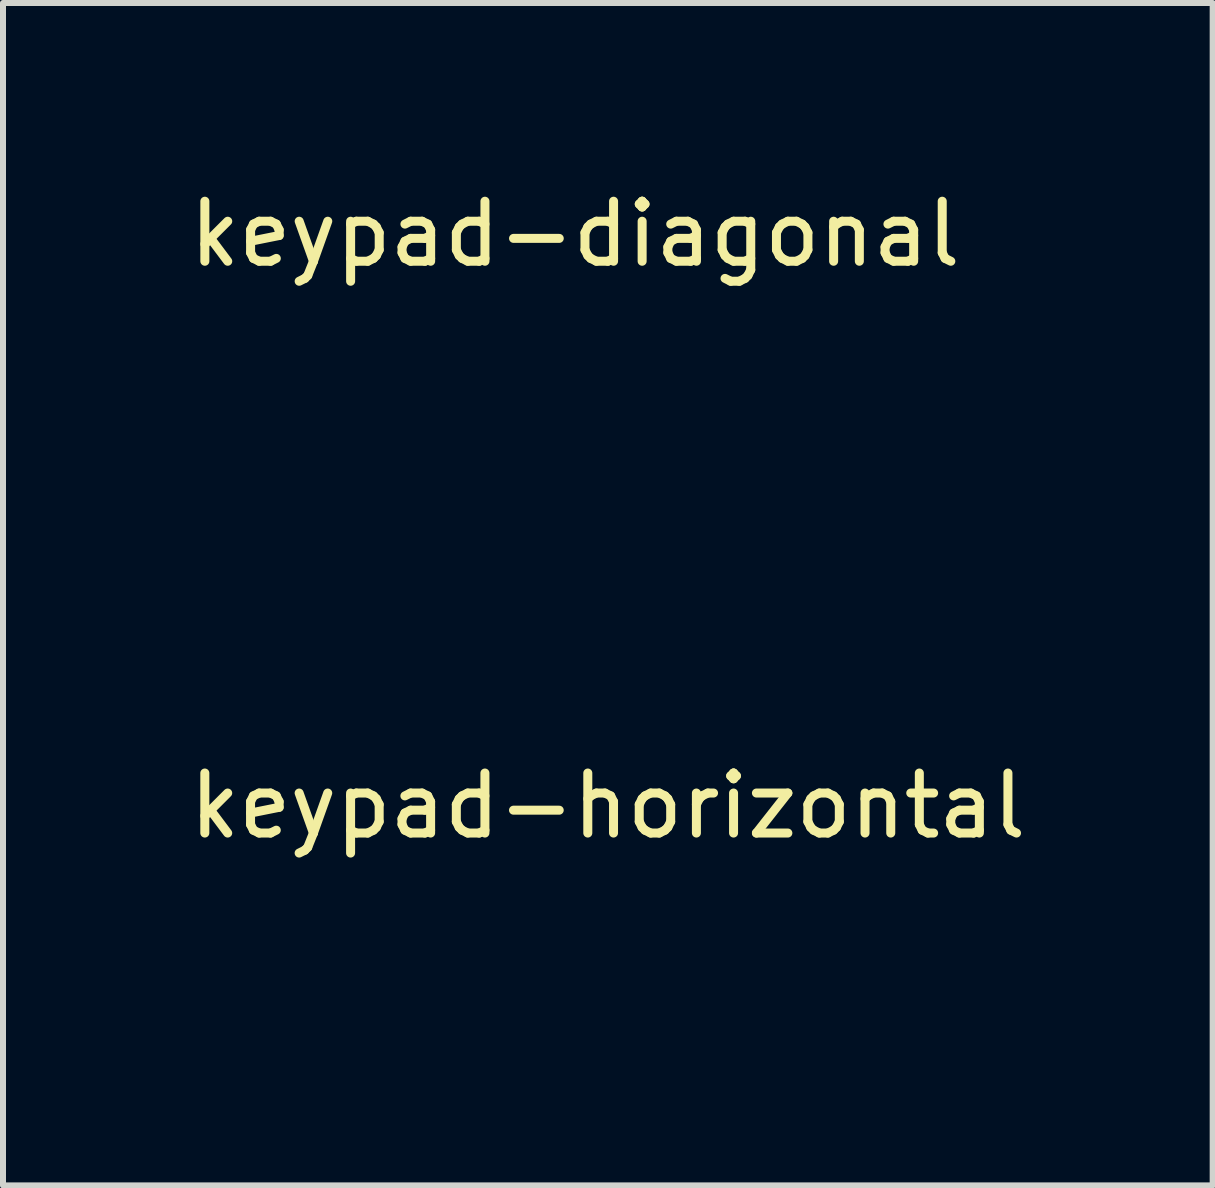
<source format=kicad_pcb>
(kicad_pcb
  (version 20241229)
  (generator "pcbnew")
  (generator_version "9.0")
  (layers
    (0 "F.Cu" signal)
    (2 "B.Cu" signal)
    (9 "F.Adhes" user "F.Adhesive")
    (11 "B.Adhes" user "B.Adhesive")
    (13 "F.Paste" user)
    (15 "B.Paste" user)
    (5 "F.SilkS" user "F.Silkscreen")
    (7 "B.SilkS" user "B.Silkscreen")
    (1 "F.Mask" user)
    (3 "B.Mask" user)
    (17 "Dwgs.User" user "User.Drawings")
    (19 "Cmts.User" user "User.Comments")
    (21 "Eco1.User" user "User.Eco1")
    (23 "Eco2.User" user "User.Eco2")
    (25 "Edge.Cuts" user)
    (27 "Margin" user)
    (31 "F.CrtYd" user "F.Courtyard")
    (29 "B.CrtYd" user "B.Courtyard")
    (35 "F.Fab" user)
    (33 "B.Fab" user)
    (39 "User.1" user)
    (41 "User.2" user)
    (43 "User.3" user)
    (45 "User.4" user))
  (footprint "keypad-diagonal"
    (layer "F.Cu")
    (at 6.53 0.348)
    (property "Reference" "keypad-diagonal" (at 0 0.5 0) (layer "F.SilkS") (effects (font (size 1 1) (thickness 0.15))))
    (attr through_hole)
    (fp_line (start -2.107 2.136) (end -2.176 2.233) (stroke (width 0.000357) (type solid)) (layer "Cmts.User"))
    (fp_line (start -2.036 2.522) (end -1.882 2.686) (stroke (width 0.000357) (type solid)) (layer "Cmts.User"))
    (fp_line (start -2.014 2.023) (end -2.107 2.136) (stroke (width 0.000357) (type solid)) (layer "Cmts.User"))
    (fp_line (start -1.936 3.681) (end -1.151 4.464) (stroke (width 0.000357) (type solid)) (layer "Cmts.User"))
    (fp_line (start -1.909 3.184) (end -1.936 3.681) (stroke (width 0.000357) (type solid)) (layer "Cmts.User"))
    (fp_line (start -1.905 1.905) (end -2.014 2.023) (stroke (width 0.000357) (type solid)) (layer "Cmts.User"))
    (fp_line (start -1.882 2.686) (end -1.909 3.184) (stroke (width 0.000357) (type solid)) (layer "Cmts.User"))
    (fp_line (start -1.792 1.792) (end -1.905 1.905) (stroke (width 0.000357) (type solid)) (layer "Cmts.User"))
    (fp_line (start -1.69 1.697) (end -1.792 1.792) (stroke (width 0.000357) (type solid)) (layer "Cmts.User"))
    (fp_line (start -1.602 1.621) (end -1.69 1.697) (stroke (width 0.000357) (type solid)) (layer "Cmts.User"))
    (fp_line (start -1.4 1.746) (end -1.44 1.705) (stroke (width 0.000357) (type solid)) (layer "Cmts.User"))
    (fp_line (start -1.355 1.79) (end -1.4 1.746) (stroke (width 0.000357) (type solid)) (layer "Cmts.User"))
    (fp_line (start -1.311 1.831) (end -1.355 1.79) (stroke (width 0.000357) (type solid)) (layer "Cmts.User"))
    (fp_line (start -1.276 1.862) (end -1.311 1.831) (stroke (width 0.000357) (type solid)) (layer "Cmts.User"))
    (fp_line (start -1.151 4.464) (end -0.847 4.764) (stroke (width 0.000357) (type solid)) (layer "Cmts.User"))
    (fp_line (start -0.889 1.953) (end -1.162 1.915) (stroke (width 0.000357) (type solid)) (layer "Cmts.User"))
    (fp_line (start -0.847 4.764) (end -0.585 5.017) (stroke (width 0.000357) (type solid)) (layer "Cmts.User"))
    (fp_line (start -0.615 1.973) (end -0.889 1.953) (stroke (width 0.000357) (type solid)) (layer "Cmts.User"))
    (fp_line (start -0.585 5.017) (end -0.353 5.237) (stroke (width 0.000357) (type solid)) (layer "Cmts.User"))
    (fp_line (start -0.279 5.306) (end -0.205 5.39) (stroke (width 0.000357) (type solid)) (layer "Cmts.User"))
    (fp_line (start -0.205 5.39) (end -0.115 5.488) (stroke (width 0.000357) (type solid)) (layer "Cmts.User"))
    (fp_line (start -0.115 5.488) (end -0.008 5.597) (stroke (width 0.000357) (type solid)) (layer "Cmts.User"))
    (fp_line (start -0.008 5.597) (end 0.271 5.874) (stroke (width 0.000357) (type solid)) (layer "Cmts.User"))
    (fp_line (start 0.065 2.17) (end -0.128 2.005) (stroke (width 0.000357) (type solid)) (layer "Cmts.User"))
    (fp_line (start 0.271 5.874) (end 0.747 5.851) (stroke (width 0.000357) (type solid)) (layer "Cmts.User"))
    (fp_line (start 0.498 2.578) (end 0.065 2.17) (stroke (width 0.000357) (type solid)) (layer "Cmts.User"))
    (fp_line (start 0.747 5.851) (end 1.224 5.827) (stroke (width 0.000357) (type solid)) (layer "Cmts.User"))
    (fp_line (start 0.878 2.955) (end 0.498 2.578) (stroke (width 0.000357) (type solid)) (layer "Cmts.User"))
    (fp_line (start 1.208 3.296) (end 0.878 2.955) (stroke (width 0.000357) (type solid)) (layer "Cmts.User"))
    (fp_line (start 1.224 5.827) (end 1.399 6.003) (stroke (width 0.000357) (type solid)) (layer "Cmts.User"))
    (fp_line (start 1.399 6.003) (end 1.468 6.07) (stroke (width 0.000357) (type solid)) (layer "Cmts.User"))
    (fp_line (start 1.468 6.07) (end 1.532 6.126) (stroke (width 0.000357) (type solid)) (layer "Cmts.User"))
    (fp_line (start 1.532 6.126) (end 1.587 6.171) (stroke (width 0.000357) (type solid)) (layer "Cmts.User"))
    (fp_line (start 1.554 3.634) (end 1.49 3.559) (stroke (width 0.000357) (type solid)) (layer "Cmts.User"))
    (fp_line (start 1.625 3.714) (end 1.554 3.634) (stroke (width 0.000357) (type solid)) (layer "Cmts.User"))
    (fp_line (start 1.669 6.153) (end 1.97 5.867) (stroke (width 0.000357) (type solid)) (layer "Cmts.User"))
    (fp_line (start 1.693 3.789) (end 1.625 3.714) (stroke (width 0.000357) (type solid)) (layer "Cmts.User"))
    (fp_line (start 1.743 3.844) (end 1.693 3.789) (stroke (width 0.000357) (type solid)) (layer "Cmts.User"))
    (fp_line (start 1.943 5.108) (end 1.966 4.634) (stroke (width 0.000357) (type solid)) (layer "Cmts.User"))
    (fp_line (start 1.966 4.634) (end 1.976 4.302) (stroke (width 0.000357) (type solid)) (layer "Cmts.User"))
    (fp_line (start 1.97 5.867) (end 2.268 5.577) (stroke (width 0.000357) (type solid)) (layer "Cmts.User"))
    (fp_line (start 2.118 5.288) (end 1.943 5.108) (stroke (width 0.000357) (type solid)) (layer "Cmts.User"))
    (fp_line (start 2.185 5.361) (end 2.118 5.288) (stroke (width 0.000357) (type solid)) (layer "Cmts.User"))
    (fp_line (start 2.242 5.43) (end 2.185 5.361) (stroke (width 0.000357) (type solid)) (layer "Cmts.User"))
    (fp_line (start 2.285 5.489) (end 2.242 5.43) (stroke (width 0.000357) (type solid)) (layer "Cmts.User"))
    (fp_arc (start -2.190526 2.278806) (mid -2.186916 2.254738) (end -2.176402 2.232789) (stroke (width 0.000357) (type solid)) (layer "Cmts.User"))
    (fp_arc (start -2.180856 2.320122) (mid -2.188076 2.300022) (end -2.190525 2.278806) (stroke (width 0.000357) (type solid)) (layer "Cmts.User"))
    (fp_arc (start -2.145274 2.383457) (mid -2.16389 2.352253) (end -2.180856 2.320122) (stroke (width 0.000357) (type solid)) (layer "Cmts.User"))
    (fp_arc (start -2.095446 2.453964) (mid -2.121264 2.41935) (end -2.145274 2.383457) (stroke (width 0.000357) (type solid)) (layer "Cmts.User"))
    (fp_arc (start -2.036479 2.522385) (mid -2.066729 2.488835) (end -2.095446 2.453964) (stroke (width 0.000357) (type solid)) (layer "Cmts.User"))
    (fp_arc (start -1.602182 1.621052) (mid -1.589116 1.613352) (end -1.574229 1.610459) (stroke (width 0.000357) (type solid)) (layer "Cmts.User"))
    (fp_arc (start -1.574229 1.610459) (mid -1.562305 1.611751) (end -1.551109 1.616053) (stroke (width 0.000357) (type solid)) (layer "Cmts.User"))
    (fp_arc (start -1.551109 1.616053) (mid -1.533266 1.626388) (end -1.516043 1.637726) (stroke (width 0.000357) (type solid)) (layer "Cmts.User"))
    (fp_arc (start -1.516043 1.637726) (mid -1.496191 1.652468) (end -1.477193 1.668295) (stroke (width 0.000357) (type solid)) (layer "Cmts.User"))
    (fp_arc (start -1.477193 1.668295) (mid -1.458009 1.686031) (end -1.439686 1.704656) (stroke (width 0.000357) (type solid)) (layer "Cmts.User"))
    (fp_arc (start -1.161652 1.914887) (mid -1.222189 1.895985) (end -1.275775 1.862066) (stroke (width 0.000357) (type solid)) (layer "Cmts.User"))
    (fp_arc (start -0.493518 1.945201) (mid -0.436663 1.921723) (end -0.376283 1.909982) (stroke (width 0.000357) (type solid)) (layer "Cmts.User"))
    (fp_arc (start -0.493518 1.945202) (mid -0.552347 1.967242) (end -0.6149 1.973049) (stroke (width 0.000357) (type solid)) (layer "Cmts.User"))
    (fp_arc (start -0.376284 1.909982) (mid -0.318307 1.911515) (end -0.262318 1.926644) (stroke (width 0.000357) (type solid)) (layer "Cmts.User"))
    (fp_arc (start -0.326188 5.247281) (mid -0.318589 5.24797) (end -0.311237 5.250013) (stroke (width 0.000357) (type solid)) (layer "Cmts.User"))
    (fp_arc (start -0.326187 5.247281) (mid -0.340447 5.244552) (end -0.352691 5.236751) (stroke (width 0.000357) (type solid)) (layer "Cmts.User"))
    (fp_arc (start -0.311236 5.250013) (mid -0.304509 5.253319) (end -0.298529 5.257839) (stroke (width 0.000357) (type solid)) (layer "Cmts.User"))
    (fp_arc (start -0.29853 5.257839) (mid -0.293697 5.263251) (end -0.290027 5.26951) (stroke (width 0.000357) (type solid)) (layer "Cmts.User"))
    (fp_arc (start -0.290026 5.269511) (mid -0.287784 5.276205) (end -0.287025 5.283223) (stroke (width 0.000357) (type solid)) (layer "Cmts.User"))
    (fp_arc (start -0.278596 5.305998) (mid -0.284851 5.295365) (end -0.287025 5.283223) (stroke (width 0.000357) (type solid)) (layer "Cmts.User"))
    (fp_arc (start -0.262317 1.926644) (mid -0.192275 1.9609) (end -0.127895 2.004882) (stroke (width 0.000357) (type solid)) (layer "Cmts.User"))
    (fp_arc (start 1.2081 3.296326) (mid 1.219197 3.320184) (end 1.213353 3.345839) (stroke (width 0.000357) (type solid)) (layer "Cmts.User"))
    (fp_arc (start 1.210418 3.361068) (mid 1.210487 3.353184) (end 1.213353 3.345839) (stroke (width 0.000357) (type solid)) (layer "Cmts.User"))
    (fp_arc (start 1.218371 3.37426) (mid 1.213161 3.368408) (end 1.210418 3.361068) (stroke (width 0.000357) (type solid)) (layer "Cmts.User"))
    (fp_arc (start 1.237672 3.383189) (mid 1.227517 3.379816) (end 1.218372 3.37426) (stroke (width 0.000357) (type solid)) (layer "Cmts.User"))
    (fp_arc (start 1.265364 3.386082) (mid 1.285597 3.388835) (end 1.304359 3.396893) (stroke (width 0.000357) (type solid)) (layer "Cmts.User"))
    (fp_arc (start 1.265365 3.386081) (mid 1.251443 3.385356) (end 1.237672 3.383189) (stroke (width 0.000357) (type solid)) (layer "Cmts.User"))
    (fp_arc (start 1.30436 3.396893) (mid 1.334284 3.41607) (end 1.363047 3.436948) (stroke (width 0.000357) (type solid)) (layer "Cmts.User"))
    (fp_arc (start 1.363047 3.436949) (mid 1.396193 3.464037) (end 1.427753 3.492956) (stroke (width 0.000357) (type solid)) (layer "Cmts.User"))
    (fp_arc (start 1.427753 3.492956) (mid 1.459628 3.525365) (end 1.489936 3.559245) (stroke (width 0.000357) (type solid)) (layer "Cmts.User"))
    (fp_arc (start 1.606549 6.177882) (mid 1.596133 6.176124) (end 1.58687 6.171046) (stroke (width 0.000357) (type solid)) (layer "Cmts.User"))
    (fp_arc (start 1.669419 6.152929) (mid 1.64037 6.171415) (end 1.60655 6.177881) (stroke (width 0.000357) (type solid)) (layer "Cmts.User"))
    (fp_arc (start 1.743375 3.843693) (mid 1.81932 3.927818) (end 1.890867 4.015714) (stroke (width 0.000357) (type solid)) (layer "Cmts.User"))
    (fp_arc (start 1.890867 4.015714) (mid 1.92876 4.075886) (end 1.95452 4.142165) (stroke (width 0.000357) (type solid)) (layer "Cmts.User"))
    (fp_arc (start 1.95452 4.142164) (mid 1.970889 4.221255) (end 1.975905 4.301866) (stroke (width 0.000357) (type solid)) (layer "Cmts.User"))
    (fp_arc (start 2.284759 5.489206) (mid 2.291106 5.502337) (end 2.293291 5.516757) (stroke (width 0.000357) (type solid)) (layer "Cmts.User"))
    (fp_arc (start 2.293291 5.516758) (mid 2.286778 5.549179) (end 2.268231 5.576556) (stroke (width 0.000357) (type solid)) (layer "Cmts.User")))
  (footprint "keypad-horizontal"
    (layer "F.Cu")
    (at 7.077 12.415)
    (property "Reference" "keypad-horizontal" (at 0 -2.04 0) (layer "F.SilkS") (effects (font (size 1 1) (thickness 0.15))))
    (attr through_hole)
    (fp_line (start -1.864 -1.049) (end -1.864 -0.73) (stroke (width 0.000357) (type solid)) (layer "F.Cu"))
    (fp_line (start -1.864 -0.73) (end -1.861 -0.362) (stroke (width 0.000357) (type solid)) (layer "F.Cu"))
    (fp_line (start -1.861 -0.362) (end -1.853 0.064) (stroke (width 0.000357) (type solid)) (layer "F.Cu"))
    (fp_line (start -1.853 0.064) (end -1.829 1.166) (stroke (width 0.000357) (type solid)) (layer "F.Cu"))
    (fp_line (start -1.829 1.166) (end -1.656 1.196) (stroke (width 0.000357) (type solid)) (layer "F.Cu"))
    (fp_line (start -1.595 -1.16) (end -1.696 -1.152) (stroke (width 0.000357) (type solid)) (layer "F.Cu"))
    (fp_line (start -1.439 -1.165) (end -1.595 -1.16) (stroke (width 0.000357) (type solid)) (layer "F.Cu"))
    (fp_line (start -1.345 1.231) (end -0.692 1.261) (stroke (width 0.000357) (type solid)) (layer "F.Cu"))
    (fp_line (start -1.017 -1.169) (end -1.439 -1.165) (stroke (width 0.000357) (type solid)) (layer "F.Cu"))
    (fp_line (start -0.692 1.261) (end 0.025 1.282) (stroke (width 0.000357) (type solid)) (layer "F.Cu"))
    (fp_line (start -0.514 -1.172) (end -1.017 -1.169) (stroke (width 0.000357) (type solid)) (layer "F.Cu"))
    (fp_line (start 0.025 1.282) (end 0.671 1.286) (stroke (width 0.000357) (type solid)) (layer "F.Cu"))
    (fp_line (start 0.037 -1.173) (end -0.514 -1.172) (stroke (width 0.000357) (type solid)) (layer "F.Cu"))
    (fp_line (start 0.671 1.286) (end 1.047 1.281) (stroke (width 0.000357) (type solid)) (layer "F.Cu"))
    (fp_line (start 0.789 -1.171) (end 0.037 -1.173) (stroke (width 0.000357) (type solid)) (layer "F.Cu"))
    (fp_line (start 1.047 1.281) (end 1.27 1.27) (stroke (width 0.000357) (type solid)) (layer "F.Cu"))
    (fp_line (start 1.17 -1.162) (end 0.789 -1.171) (stroke (width 0.000357) (type solid)) (layer "F.Cu"))
    (fp_line (start 1.27 1.27) (end 1.413 1.254) (stroke (width 0.000357) (type solid)) (layer "F.Cu"))
    (fp_line (start 1.406 -1.147) (end 1.17 -1.162) (stroke (width 0.000357) (type solid)) (layer "F.Cu"))
    (fp_line (start 1.5 1.138) (end 1.745 0.886) (stroke (width 0.000357) (type solid)) (layer "F.Cu"))
    (fp_line (start 1.54 -0.993) (end 1.468 -1.078) (stroke (width 0.000357) (type solid)) (layer "F.Cu"))
    (fp_line (start 1.628 -0.894) (end 1.54 -0.993) (stroke (width 0.000357) (type solid)) (layer "F.Cu"))
    (fp_line (start 1.73 -0.787) (end 1.628 -0.894) (stroke (width 0.000357) (type solid)) (layer "F.Cu"))
    (fp_line (start 1.745 0.886) (end 2.002 0.63) (stroke (width 0.000357) (type solid)) (layer "F.Cu"))
    (fp_line (start 1.901 -0.617) (end 1.73 -0.787) (stroke (width 0.000357) (type solid)) (layer "F.Cu"))
    (fp_line (start 2.091 0.599) (end 2.13 0.592) (stroke (width 0.000357) (type solid)) (layer "F.Cu"))
    (fp_line (start 2.13 0.592) (end 2.175 0.582) (stroke (width 0.000357) (type solid)) (layer "F.Cu"))
    (fp_line (start 2.175 0.582) (end 2.219 0.57) (stroke (width 0.000357) (type solid)) (layer "F.Cu"))
    (fp_line (start 2.219 0.57) (end 2.268 0.558) (stroke (width 0.000357) (type solid)) (layer "F.Cu"))
    (fp_line (start 2.268 0.558) (end 2.331 0.545) (stroke (width 0.000357) (type solid)) (layer "F.Cu"))
    (fp_line (start 2.285 -0.486) (end 2.097 -0.513) (stroke (width 0.000357) (type solid)) (layer "F.Cu"))
    (fp_line (start 2.331 0.545) (end 2.395 0.534) (stroke (width 0.000357) (type solid)) (layer "F.Cu"))
    (fp_line (start 2.395 0.534) (end 2.451 0.527) (stroke (width 0.000357) (type solid)) (layer "F.Cu"))
    (fp_line (start 2.451 0.527) (end 2.578 0.512) (stroke (width 0.000357) (type solid)) (layer "F.Cu"))
    (fp_line (start 2.578 -0.454) (end 2.285 -0.486) (stroke (width 0.000357) (type solid)) (layer "F.Cu"))
    (fp_line (start 2.578 0.029) (end 2.578 -0.454) (stroke (width 0.000357) (type solid)) (layer "F.Cu"))
    (fp_line (start 2.578 0.512) (end 2.578 0.029) (stroke (width 0.000357) (type solid)) (layer "F.Cu"))
    (fp_arc (start -1.863776 -1.049416) (mid -1.861725 -1.071494) (end -1.855701 -1.092832) (stroke (width 0.000357) (type solid)) (layer "F.Cu"))
    (fp_arc (start -1.855702 -1.092832) (mid -1.846715 -1.107019) (end -1.832947 -1.116635) (stroke (width 0.000357) (type solid)) (layer "F.Cu"))
    (fp_arc (start -1.832947 -1.116634) (mid -1.804781 -1.127621) (end -1.775837 -1.136352) (stroke (width 0.000357) (type solid)) (layer "F.Cu"))
    (fp_arc (start -1.775837 -1.136352) (mid -1.736125 -1.145255) (end -1.695914 -1.151526) (stroke (width 0.000357) (type solid)) (layer "F.Cu"))
    (fp_arc (start -1.34545 1.230844) (mid -1.50125 1.217809) (end -1.656036 1.195785) (stroke (width 0.000357) (type solid)) (layer "F.Cu"))
    (fp_arc (start 1.405686 -1.147441) (mid 1.432311 -1.137066) (end 1.448781 -1.113714) (stroke (width 0.000357) (type solid)) (layer "F.Cu"))
    (fp_arc (start 1.447202 1.226137) (mid 1.434271 1.24509) (end 1.413296 1.25439) (stroke (width 0.000357) (type solid)) (layer "F.Cu"))
    (fp_arc (start 1.447203 1.226137) (mid 1.468716 1.179378) (end 1.499902 1.138431) (stroke (width 0.000357) (type solid)) (layer "F.Cu"))
    (fp_arc (start 1.468145 -1.078493) (mid 1.456866 -1.095225) (end 1.448781 -1.113714) (stroke (width 0.000357) (type solid)) (layer "F.Cu"))
    (fp_arc (start 1.995542 -0.548964) (mid 1.946111 -0.580108) (end 1.901212 -0.61749) (stroke (width 0.000357) (type solid)) (layer "F.Cu"))
    (fp_arc (start 2.002024 0.63035) (mid 2.031267 0.61047) (end 2.065616 0.602076) (stroke (width 0.000357) (type solid)) (layer "F.Cu"))
    (fp_arc (start 2.090653 0.599111) (mid 2.078177 0.60095) (end 2.065616 0.602076) (stroke (width 0.000357) (type solid)) (layer "F.Cu"))
    (fp_arc (start 2.097455 -0.513291) (mid 2.045073 -0.527057) (end 1.995542 -0.548965) (stroke (width 0.000357) (type solid)) (layer "F.Cu")))
  (gr_rect
    (start -3 -3)
    (end 17.155 16.701)
    (stroke (width 0.1) (type default))
    (fill no)
    (layer "Edge.Cuts")))
</source>
